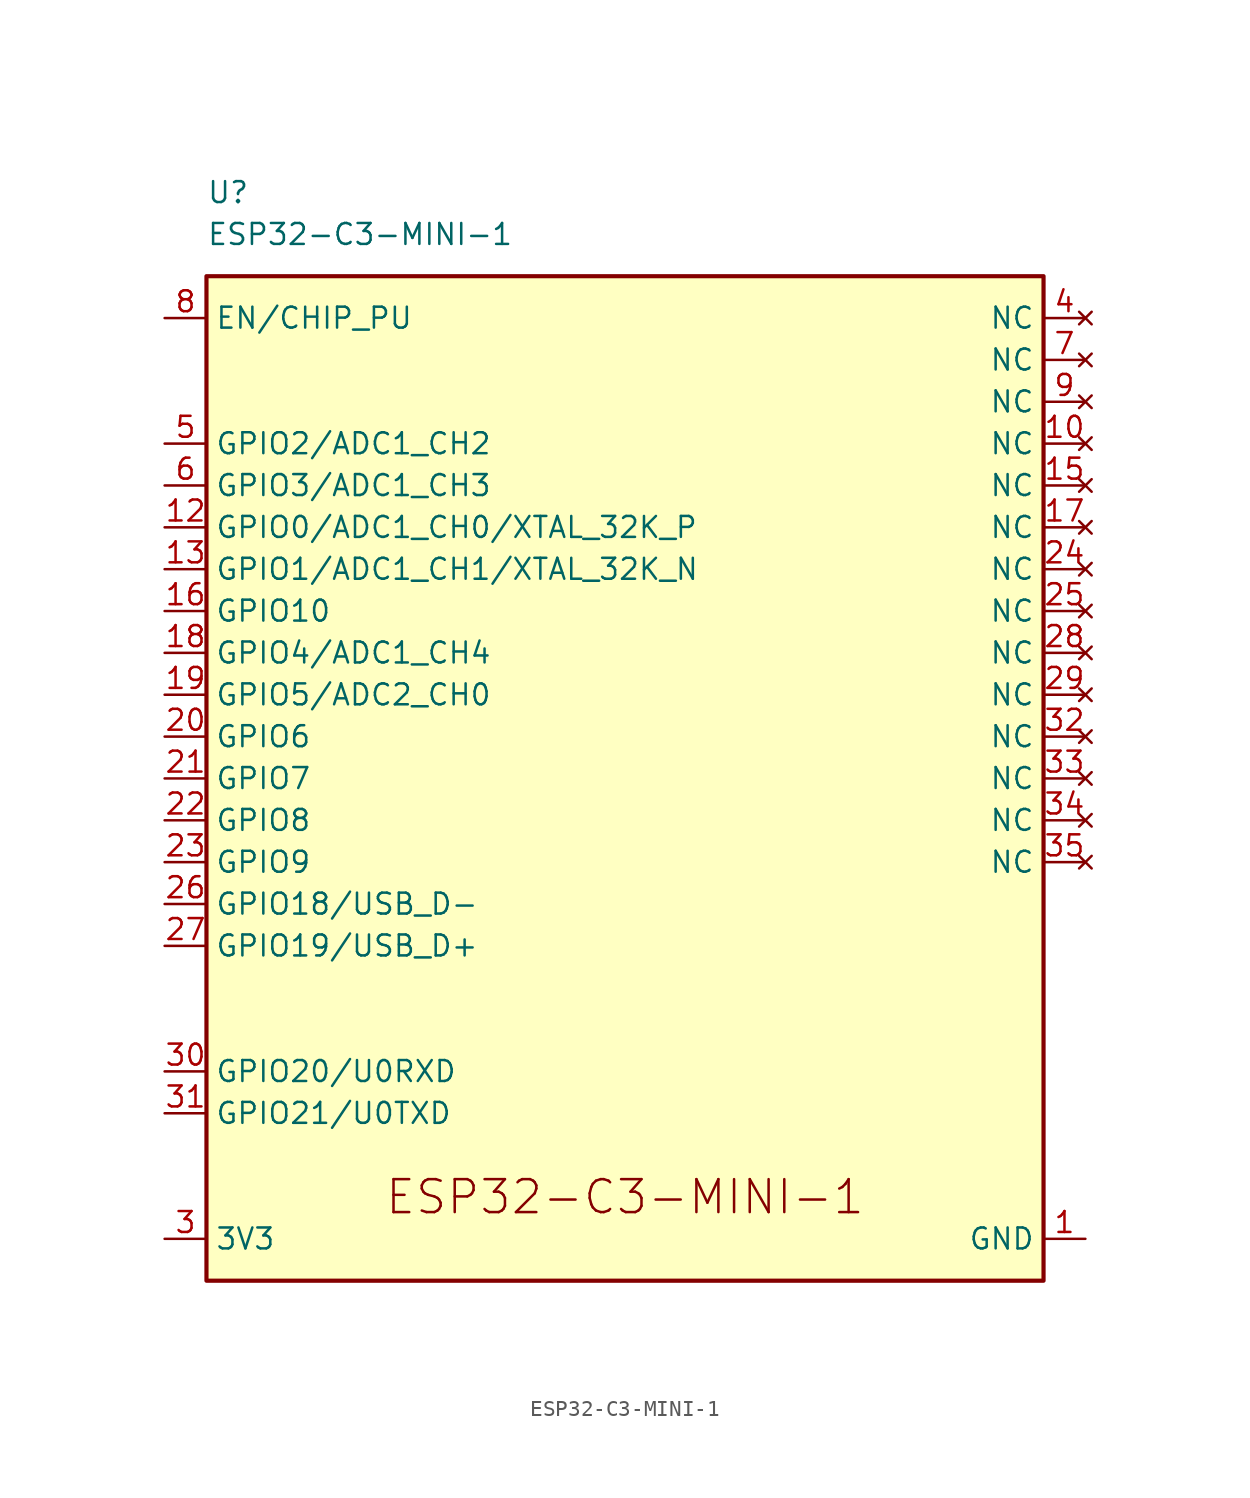
<source format=kicad_sym>
(kicad_symbol_lib
  (version 20211014)
  (generator kicad_symbol_editor)
  (symbol "ESP32-C3-MINI-1"
    (property "Reference" "U"
      (at -25.4 35.56 0)
      (effects (font (size 1.27 1.27)) (justify left)))
    (property "Value" "ESP32-C3-MINI-1"
      (at -25.4 33.02 0)
      (effects (font (size 1.27 1.27)) (justify left)))
    (symbol "ESP32-C3-MINI-1_0_0"
      (text "ESP32-C3-MINI-1" (at 0 -25.4 0) (effects (font (size 2 2)))))
    (symbol "ESP32-C3-MINI-1_0_1"
      (rectangle (start -25.4 30.48) (end 25.4 -30.48) (stroke (width 0.254) (type default) (color 0 0 0 0)) (fill (type background))))
    (symbol "ESP32-C3-MINI-1_1_1"
      (pin power_in line (at 27.94 -27.94 180) (length 2.54) (name "GND" (effects (font (size 1.27 1.27)))) (number "1" (effects (font (size 1.27 1.27)))))
      (pin no_connect line (at 27.94 20.32 180) (length 2.54) (name "NC" (effects (font (size 1.27 1.27)))) (number "10" (effects (font (size 1.27 1.27)))))
      (pin passive line (at 27.94 -27.94 180) (length 2.54) hide (name "GND" (effects (font (size 1.27 1.27)))) (number "11" (effects (font (size 1.27 1.27)))))
      (pin bidirectional line (at -27.94 15.24 0) (length 2.54) (name "GPIO0/ADC1_CH0/XTAL_32K_P" (effects (font (size 1.27 1.27)))) (number "12" (effects (font (size 1.27 1.27)))))
      (pin bidirectional line (at -27.94 12.7 0) (length 2.54) (name "GPIO1/ADC1_CH1/XTAL_32K_N" (effects (font (size 1.27 1.27)))) (number "13" (effects (font (size 1.27 1.27)))))
      (pin passive line (at 27.94 -27.94 180) (length 2.54) hide (name "GND" (effects (font (size 1.27 1.27)))) (number "14" (effects (font (size 1.27 1.27)))))
      (pin no_connect line (at 27.94 17.78 180) (length 2.54) (name "NC" (effects (font (size 1.27 1.27)))) (number "15" (effects (font (size 1.27 1.27)))))
      (pin bidirectional line (at -27.94 10.16 0) (length 2.54) (name "GPIO10" (effects (font (size 1.27 1.27)))) (number "16" (effects (font (size 1.27 1.27)))))
      (pin no_connect line (at 27.94 15.24 180) (length 2.54) (name "NC" (effects (font (size 1.27 1.27)))) (number "17" (effects (font (size 1.27 1.27)))))
      (pin bidirectional line (at -27.94 7.62 0) (length 2.54) (name "GPIO4/ADC1_CH4" (effects (font (size 1.27 1.27)))) (number "18" (effects (font (size 1.27 1.27)))))
      (pin bidirectional line (at -27.94 5.08 0) (length 2.54) (name "GPIO5/ADC2_CH0" (effects (font (size 1.27 1.27)))) (number "19" (effects (font (size 1.27 1.27)))))
      (pin passive line (at 27.94 -27.94 180) (length 2.54) hide (name "GND" (effects (font (size 1.27 1.27)))) (number "2" (effects (font (size 1.27 1.27)))))
      (pin bidirectional line (at -27.94 2.54 0) (length 2.54) (name "GPIO6" (effects (font (size 1.27 1.27)))) (number "20" (effects (font (size 1.27 1.27)))))
      (pin bidirectional line (at -27.94 0 0) (length 2.54) (name "GPIO7" (effects (font (size 1.27 1.27)))) (number "21" (effects (font (size 1.27 1.27)))))
      (pin bidirectional line (at -27.94 -2.54 0) (length 2.54) (name "GPIO8" (effects (font (size 1.27 1.27)))) (number "22" (effects (font (size 1.27 1.27)))))
      (pin bidirectional line (at -27.94 -5.08 0) (length 2.54) (name "GPIO9" (effects (font (size 1.27 1.27)))) (number "23" (effects (font (size 1.27 1.27)))))
      (pin no_connect line (at 27.94 12.7 180) (length 2.54) (name "NC" (effects (font (size 1.27 1.27)))) (number "24" (effects (font (size 1.27 1.27)))))
      (pin no_connect line (at 27.94 10.16 180) (length 2.54) (name "NC" (effects (font (size 1.27 1.27)))) (number "25" (effects (font (size 1.27 1.27)))))
      (pin bidirectional line (at -27.94 -7.62 0) (length 2.54) (name "GPIO18/USB_D-" (effects (font (size 1.27 1.27)))) (number "26" (effects (font (size 1.27 1.27)))))
      (pin bidirectional line (at -27.94 -10.16 0) (length 2.54) (name "GPIO19/USB_D+" (effects (font (size 1.27 1.27)))) (number "27" (effects (font (size 1.27 1.27)))))
      (pin no_connect line (at 27.94 7.62 180) (length 2.54) (name "NC" (effects (font (size 1.27 1.27)))) (number "28" (effects (font (size 1.27 1.27)))))
      (pin no_connect line (at 27.94 5.08 180) (length 2.54) (name "NC" (effects (font (size 1.27 1.27)))) (number "29" (effects (font (size 1.27 1.27)))))
      (pin power_in line (at -27.94 -27.94 0) (length 2.54) (name "3V3" (effects (font (size 1.27 1.27)))) (number "3" (effects (font (size 1.27 1.27)))))
      (pin bidirectional line (at -27.94 -17.78 0) (length 2.54) (name "GPIO20/U0RXD" (effects (font (size 1.27 1.27)))) (number "30" (effects (font (size 1.27 1.27)))))
      (pin bidirectional line (at -27.94 -20.32 0) (length 2.54) (name "GPIO21/U0TXD" (effects (font (size 1.27 1.27)))) (number "31" (effects (font (size 1.27 1.27)))))
      (pin no_connect line (at 27.94 2.54 180) (length 2.54) (name "NC" (effects (font (size 1.27 1.27)))) (number "32" (effects (font (size 1.27 1.27)))))
      (pin no_connect line (at 27.94 0 180) (length 2.54) (name "NC" (effects (font (size 1.27 1.27)))) (number "33" (effects (font (size 1.27 1.27)))))
      (pin no_connect line (at 27.94 -2.54 180) (length 2.54) (name "NC" (effects (font (size 1.27 1.27)))) (number "34" (effects (font (size 1.27 1.27)))))
      (pin no_connect line (at 27.94 -5.08 180) (length 2.54) (name "NC" (effects (font (size 1.27 1.27)))) (number "35" (effects (font (size 1.27 1.27)))))
      (pin passive line (at 27.94 -27.94 180) (length 2.54) hide (name "GND" (effects (font (size 1.27 1.27)))) (number "36" (effects (font (size 1.27 1.27)))))
      (pin passive line (at 27.94 -27.94 180) (length 2.54) hide (name "GND" (effects (font (size 1.27 1.27)))) (number "37" (effects (font (size 1.27 1.27)))))
      (pin passive line (at 27.94 -27.94 180) (length 2.54) hide (name "GND" (effects (font (size 1.27 1.27)))) (number "38" (effects (font (size 1.27 1.27)))))
      (pin passive line (at 27.94 -27.94 180) (length 2.54) hide (name "GND" (effects (font (size 1.27 1.27)))) (number "39" (effects (font (size 1.27 1.27)))))
      (pin no_connect line (at 27.94 27.94 180) (length 2.54) (name "NC" (effects (font (size 1.27 1.27)))) (number "4" (effects (font (size 1.27 1.27)))))
      (pin passive line (at 27.94 -27.94 180) (length 2.54) hide (name "GND" (effects (font (size 1.27 1.27)))) (number "40" (effects (font (size 1.27 1.27)))))
      (pin passive line (at 27.94 -27.94 180) (length 2.54) hide (name "GND" (effects (font (size 1.27 1.27)))) (number "41" (effects (font (size 1.27 1.27)))))
      (pin passive line (at 27.94 -27.94 180) (length 2.54) hide (name "GND" (effects (font (size 1.27 1.27)))) (number "42" (effects (font (size 1.27 1.27)))))
      (pin passive line (at 27.94 -27.94 180) (length 2.54) hide (name "GND" (effects (font (size 1.27 1.27)))) (number "43" (effects (font (size 1.27 1.27)))))
      (pin passive line (at 27.94 -27.94 180) (length 2.54) hide (name "GND" (effects (font (size 1.27 1.27)))) (number "44" (effects (font (size 1.27 1.27)))))
      (pin passive line (at 27.94 -27.94 180) (length 2.54) hide (name "GND" (effects (font (size 1.27 1.27)))) (number "45" (effects (font (size 1.27 1.27)))))
      (pin passive line (at 27.94 -27.94 180) (length 2.54) hide (name "GND" (effects (font (size 1.27 1.27)))) (number "46" (effects (font (size 1.27 1.27)))))
      (pin passive line (at 27.94 -27.94 180) (length 2.54) hide (name "GND" (effects (font (size 1.27 1.27)))) (number "47" (effects (font (size 1.27 1.27)))))
      (pin passive line (at 27.94 -27.94 180) (length 2.54) hide (name "GND" (effects (font (size 1.27 1.27)))) (number "48" (effects (font (size 1.27 1.27)))))
      (pin passive line (at 27.94 -27.94 180) (length 2.54) hide (name "GND" (effects (font (size 1.27 1.27)))) (number "49" (effects (font (size 1.27 1.27)))))
      (pin bidirectional line (at -27.94 20.32 0) (length 2.54) (name "GPIO2/ADC1_CH2" (effects (font (size 1.27 1.27)))) (number "5" (effects (font (size 1.27 1.27)))))
      (pin passive line (at 27.94 -27.94 180) (length 2.54) hide (name "GND" (effects (font (size 1.27 1.27)))) (number "50" (effects (font (size 1.27 1.27)))))
      (pin passive line (at 27.94 -27.94 180) (length 2.54) hide (name "GND" (effects (font (size 1.27 1.27)))) (number "51" (effects (font (size 1.27 1.27)))))
      (pin passive line (at 27.94 -27.94 180) (length 2.54) hide (name "GND" (effects (font (size 1.27 1.27)))) (number "52" (effects (font (size 1.27 1.27)))))
      (pin passive line (at 27.94 -27.94 180) (length 2.54) hide (name "GND" (effects (font (size 1.27 1.27)))) (number "53" (effects (font (size 1.27 1.27)))))
      (pin bidirectional line (at -27.94 17.78 0) (length 2.54) (name "GPIO3/ADC1_CH3" (effects (font (size 1.27 1.27)))) (number "6" (effects (font (size 1.27 1.27)))))
      (pin no_connect line (at 27.94 25.4 180) (length 2.54) (name "NC" (effects (font (size 1.27 1.27)))) (number "7" (effects (font (size 1.27 1.27)))))
      (pin input line (at -27.94 27.94 0) (length 2.54) (name "EN/CHIP_PU" (effects (font (size 1.27 1.27)))) (number "8" (effects (font (size 1.27 1.27)))))
      (pin no_connect line (at 27.94 22.86 180) (length 2.54) (name "NC" (effects (font (size 1.27 1.27)))) (number "9" (effects (font (size 1.27 1.27))))))))
</source>
